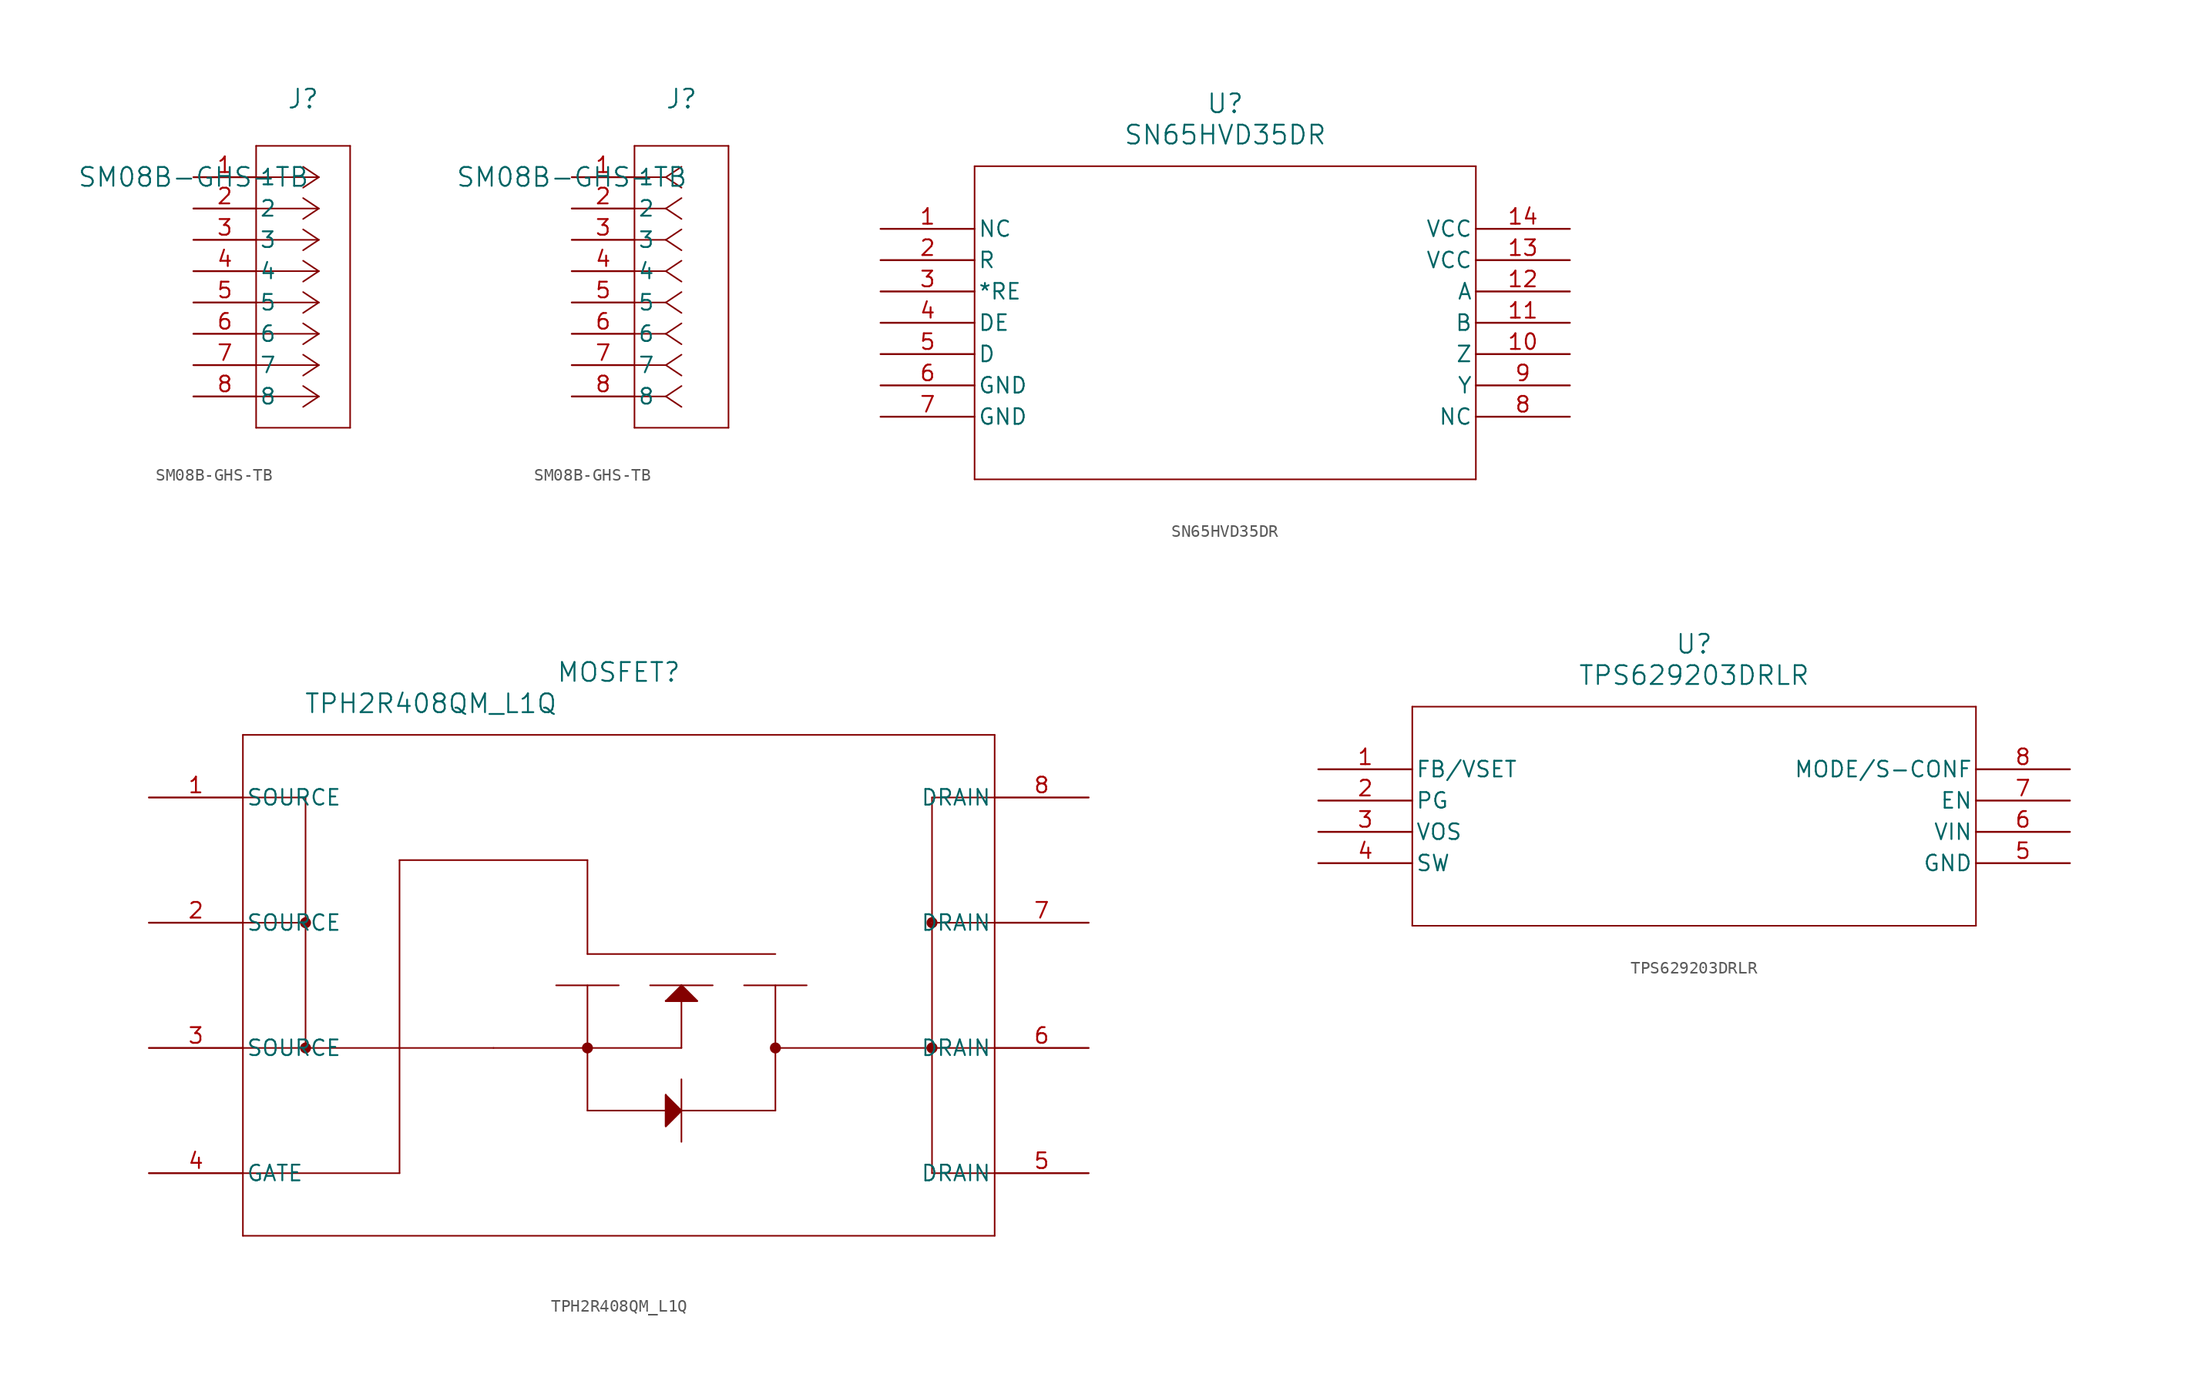
<source format=kicad_sym>
(kicad_symbol_lib
  (version 20220914)
  (generator kicad_symbol_editor)
  (symbol "SM08B-GHS-TB"
    (pin_names
      (offset 0.254))
    (property "Reference" "J"
      (at 8.89 6.35 0)
      (effects (font (size 1.524 1.524))))
    (property "Value" "SM08B-GHS-TB"
      (at 0 0 0)
      (effects (font (size 1.524 1.524))))
    (property "ki_locked" ""
      (at 0 0 0)
      (effects (font (size 1.27 1.27))))
    (symbol "SM08B-GHS-TB_1_1"
      (polyline (pts (xy 5.08 -20.32) (xy 12.7 -20.32)) (stroke (width 0.127) (type default)) (fill (type none)))
      (polyline (pts (xy 5.08 2.54) (xy 5.08 -20.32)) (stroke (width 0.127) (type default)) (fill (type none)))
      (polyline (pts (xy 10.16 -17.78) (xy 5.08 -17.78)) (stroke (width 0.127) (type default)) (fill (type none)))
      (polyline (pts (xy 10.16 -17.78) (xy 8.89 -18.627)) (stroke (width 0.127) (type default)) (fill (type none)))
      (polyline (pts (xy 10.16 -17.78) (xy 8.89 -16.933)) (stroke (width 0.127) (type default)) (fill (type none)))
      (polyline (pts (xy 10.16 -15.24) (xy 5.08 -15.24)) (stroke (width 0.127) (type default)) (fill (type none)))
      (polyline (pts (xy 10.16 -15.24) (xy 8.89 -16.087)) (stroke (width 0.127) (type default)) (fill (type none)))
      (polyline (pts (xy 10.16 -15.24) (xy 8.89 -14.393)) (stroke (width 0.127) (type default)) (fill (type none)))
      (polyline (pts (xy 10.16 -12.7) (xy 5.08 -12.7)) (stroke (width 0.127) (type default)) (fill (type none)))
      (polyline (pts (xy 10.16 -12.7) (xy 8.89 -13.547)) (stroke (width 0.127) (type default)) (fill (type none)))
      (polyline (pts (xy 10.16 -12.7) (xy 8.89 -11.853)) (stroke (width 0.127) (type default)) (fill (type none)))
      (polyline (pts (xy 10.16 -10.16) (xy 5.08 -10.16)) (stroke (width 0.127) (type default)) (fill (type none)))
      (polyline (pts (xy 10.16 -10.16) (xy 8.89 -11.007)) (stroke (width 0.127) (type default)) (fill (type none)))
      (polyline (pts (xy 10.16 -10.16) (xy 8.89 -9.313)) (stroke (width 0.127) (type default)) (fill (type none)))
      (polyline (pts (xy 10.16 -7.62) (xy 5.08 -7.62)) (stroke (width 0.127) (type default)) (fill (type none)))
      (polyline (pts (xy 10.16 -7.62) (xy 8.89 -8.467)) (stroke (width 0.127) (type default)) (fill (type none)))
      (polyline (pts (xy 10.16 -7.62) (xy 8.89 -6.773)) (stroke (width 0.127) (type default)) (fill (type none)))
      (polyline (pts (xy 10.16 -5.08) (xy 5.08 -5.08)) (stroke (width 0.127) (type default)) (fill (type none)))
      (polyline (pts (xy 10.16 -5.08) (xy 8.89 -5.927)) (stroke (width 0.127) (type default)) (fill (type none)))
      (polyline (pts (xy 10.16 -5.08) (xy 8.89 -4.233)) (stroke (width 0.127) (type default)) (fill (type none)))
      (polyline (pts (xy 10.16 -2.54) (xy 5.08 -2.54)) (stroke (width 0.127) (type default)) (fill (type none)))
      (polyline (pts (xy 10.16 -2.54) (xy 8.89 -3.387)) (stroke (width 0.127) (type default)) (fill (type none)))
      (polyline (pts (xy 10.16 -2.54) (xy 8.89 -1.693)) (stroke (width 0.127) (type default)) (fill (type none)))
      (polyline (pts (xy 10.16 0) (xy 5.08 0)) (stroke (width 0.127) (type default)) (fill (type none)))
      (polyline (pts (xy 10.16 0) (xy 8.89 -0.847)) (stroke (width 0.127) (type default)) (fill (type none)))
      (polyline (pts (xy 10.16 0) (xy 8.89 0.847)) (stroke (width 0.127) (type default)) (fill (type none)))
      (polyline (pts (xy 12.7 -20.32) (xy 12.7 2.54)) (stroke (width 0.127) (type default)) (fill (type none)))
      (polyline (pts (xy 12.7 2.54) (xy 5.08 2.54)) (stroke (width 0.127) (type default)) (fill (type none)))
      (pin unspecified line (at 0 0 0) (length 5.08) (name "1" (effects (font (size 1.27 1.27)))) (number "1" (effects (font (size 1.27 1.27)))))
      (pin unspecified line (at 0 -2.54 0) (length 5.08) (name "2" (effects (font (size 1.27 1.27)))) (number "2" (effects (font (size 1.27 1.27)))))
      (pin unspecified line (at 0 -5.08 0) (length 5.08) (name "3" (effects (font (size 1.27 1.27)))) (number "3" (effects (font (size 1.27 1.27)))))
      (pin unspecified line (at 0 -7.62 0) (length 5.08) (name "4" (effects (font (size 1.27 1.27)))) (number "4" (effects (font (size 1.27 1.27)))))
      (pin unspecified line (at 0 -10.16 0) (length 5.08) (name "5" (effects (font (size 1.27 1.27)))) (number "5" (effects (font (size 1.27 1.27)))))
      (pin unspecified line (at 0 -12.7 0) (length 5.08) (name "6" (effects (font (size 1.27 1.27)))) (number "6" (effects (font (size 1.27 1.27)))))
      (pin unspecified line (at 0 -15.24 0) (length 5.08) (name "7" (effects (font (size 1.27 1.27)))) (number "7" (effects (font (size 1.27 1.27)))))
      (pin unspecified line (at 0 -17.78 0) (length 5.08) (name "8" (effects (font (size 1.27 1.27)))) (number "8" (effects (font (size 1.27 1.27))))))
    (symbol "SM08B-GHS-TB_1_2"
      (polyline (pts (xy 5.08 -20.32) (xy 12.7 -20.32)) (stroke (width 0.127) (type default)) (fill (type none)))
      (polyline (pts (xy 5.08 2.54) (xy 5.08 -20.32)) (stroke (width 0.127) (type default)) (fill (type none)))
      (polyline (pts (xy 7.62 -17.78) (xy 5.08 -17.78)) (stroke (width 0.127) (type default)) (fill (type none)))
      (polyline (pts (xy 7.62 -17.78) (xy 8.89 -18.627)) (stroke (width 0.127) (type default)) (fill (type none)))
      (polyline (pts (xy 7.62 -17.78) (xy 8.89 -16.933)) (stroke (width 0.127) (type default)) (fill (type none)))
      (polyline (pts (xy 7.62 -15.24) (xy 5.08 -15.24)) (stroke (width 0.127) (type default)) (fill (type none)))
      (polyline (pts (xy 7.62 -15.24) (xy 8.89 -16.087)) (stroke (width 0.127) (type default)) (fill (type none)))
      (polyline (pts (xy 7.62 -15.24) (xy 8.89 -14.393)) (stroke (width 0.127) (type default)) (fill (type none)))
      (polyline (pts (xy 7.62 -12.7) (xy 5.08 -12.7)) (stroke (width 0.127) (type default)) (fill (type none)))
      (polyline (pts (xy 7.62 -12.7) (xy 8.89 -13.547)) (stroke (width 0.127) (type default)) (fill (type none)))
      (polyline (pts (xy 7.62 -12.7) (xy 8.89 -11.853)) (stroke (width 0.127) (type default)) (fill (type none)))
      (polyline (pts (xy 7.62 -10.16) (xy 5.08 -10.16)) (stroke (width 0.127) (type default)) (fill (type none)))
      (polyline (pts (xy 7.62 -10.16) (xy 8.89 -11.007)) (stroke (width 0.127) (type default)) (fill (type none)))
      (polyline (pts (xy 7.62 -10.16) (xy 8.89 -9.313)) (stroke (width 0.127) (type default)) (fill (type none)))
      (polyline (pts (xy 7.62 -7.62) (xy 5.08 -7.62)) (stroke (width 0.127) (type default)) (fill (type none)))
      (polyline (pts (xy 7.62 -7.62) (xy 8.89 -8.467)) (stroke (width 0.127) (type default)) (fill (type none)))
      (polyline (pts (xy 7.62 -7.62) (xy 8.89 -6.773)) (stroke (width 0.127) (type default)) (fill (type none)))
      (polyline (pts (xy 7.62 -5.08) (xy 5.08 -5.08)) (stroke (width 0.127) (type default)) (fill (type none)))
      (polyline (pts (xy 7.62 -5.08) (xy 8.89 -5.927)) (stroke (width 0.127) (type default)) (fill (type none)))
      (polyline (pts (xy 7.62 -5.08) (xy 8.89 -4.233)) (stroke (width 0.127) (type default)) (fill (type none)))
      (polyline (pts (xy 7.62 -2.54) (xy 5.08 -2.54)) (stroke (width 0.127) (type default)) (fill (type none)))
      (polyline (pts (xy 7.62 -2.54) (xy 8.89 -3.387)) (stroke (width 0.127) (type default)) (fill (type none)))
      (polyline (pts (xy 7.62 -2.54) (xy 8.89 -1.693)) (stroke (width 0.127) (type default)) (fill (type none)))
      (polyline (pts (xy 7.62 0) (xy 5.08 0)) (stroke (width 0.127) (type default)) (fill (type none)))
      (polyline (pts (xy 7.62 0) (xy 8.89 -0.847)) (stroke (width 0.127) (type default)) (fill (type none)))
      (polyline (pts (xy 7.62 0) (xy 8.89 0.847)) (stroke (width 0.127) (type default)) (fill (type none)))
      (polyline (pts (xy 12.7 -20.32) (xy 12.7 2.54)) (stroke (width 0.127) (type default)) (fill (type none)))
      (polyline (pts (xy 12.7 2.54) (xy 5.08 2.54)) (stroke (width 0.127) (type default)) (fill (type none)))
      (pin unspecified line (at 0 0 0) (length 5.08) (name "1" (effects (font (size 1.27 1.27)))) (number "1" (effects (font (size 1.27 1.27)))))
      (pin unspecified line (at 0 -2.54 0) (length 5.08) (name "2" (effects (font (size 1.27 1.27)))) (number "2" (effects (font (size 1.27 1.27)))))
      (pin unspecified line (at 0 -5.08 0) (length 5.08) (name "3" (effects (font (size 1.27 1.27)))) (number "3" (effects (font (size 1.27 1.27)))))
      (pin unspecified line (at 0 -7.62 0) (length 5.08) (name "4" (effects (font (size 1.27 1.27)))) (number "4" (effects (font (size 1.27 1.27)))))
      (pin unspecified line (at 0 -10.16 0) (length 5.08) (name "5" (effects (font (size 1.27 1.27)))) (number "5" (effects (font (size 1.27 1.27)))))
      (pin unspecified line (at 0 -12.7 0) (length 5.08) (name "6" (effects (font (size 1.27 1.27)))) (number "6" (effects (font (size 1.27 1.27)))))
      (pin unspecified line (at 0 -15.24 0) (length 5.08) (name "7" (effects (font (size 1.27 1.27)))) (number "7" (effects (font (size 1.27 1.27)))))
      (pin unspecified line (at 0 -17.78 0) (length 5.08) (name "8" (effects (font (size 1.27 1.27)))) (number "8" (effects (font (size 1.27 1.27)))))))
  (symbol "SN65HVD35DR"
    (pin_names
      (offset 0.254))
    (property "Reference" "U"
      (at 27.94 10.16 0)
      (effects (font (size 1.524 1.524))))
    (property "Value" "SN65HVD35DR"
      (at 27.94 7.62 0)
      (effects (font (size 1.524 1.524))))
    (property "ki_locked" ""
      (at 0 0 0)
      (effects (font (size 1.27 1.27))))
    (symbol "SN65HVD35DR_0_1"
      (polyline (pts (xy 7.62 -20.32) (xy 48.26 -20.32)) (stroke (width 0.127) (type default)) (fill (type none)))
      (polyline (pts (xy 7.62 5.08) (xy 7.62 -20.32)) (stroke (width 0.127) (type default)) (fill (type none)))
      (polyline (pts (xy 48.26 -20.32) (xy 48.26 5.08)) (stroke (width 0.127) (type default)) (fill (type none)))
      (polyline (pts (xy 48.26 5.08) (xy 7.62 5.08)) (stroke (width 0.127) (type default)) (fill (type none)))
      (pin unspecified line (at 0 0 0) (length 7.62) (name "NC" (effects (font (size 1.27 1.27)))) (number "1" (effects (font (size 1.27 1.27)))))
      (pin output line (at 55.88 -10.16 180) (length 7.62) (name "Z" (effects (font (size 1.27 1.27)))) (number "10" (effects (font (size 1.27 1.27)))))
      (pin output line (at 55.88 -7.62 180) (length 7.62) (name "B" (effects (font (size 1.27 1.27)))) (number "11" (effects (font (size 1.27 1.27)))))
      (pin output line (at 55.88 -5.08 180) (length 7.62) (name "A" (effects (font (size 1.27 1.27)))) (number "12" (effects (font (size 1.27 1.27)))))
      (pin power_in line (at 55.88 -2.54 180) (length 7.62) (name "VCC" (effects (font (size 1.27 1.27)))) (number "13" (effects (font (size 1.27 1.27)))))
      (pin power_in line (at 55.88 0 180) (length 7.62) (name "VCC" (effects (font (size 1.27 1.27)))) (number "14" (effects (font (size 1.27 1.27)))))
      (pin input line (at 0 -2.54 0) (length 7.62) (name "R" (effects (font (size 1.27 1.27)))) (number "2" (effects (font (size 1.27 1.27)))))
      (pin input line (at 0 -5.08 0) (length 7.62) (name "*RE" (effects (font (size 1.27 1.27)))) (number "3" (effects (font (size 1.27 1.27)))))
      (pin input line (at 0 -7.62 0) (length 7.62) (name "DE" (effects (font (size 1.27 1.27)))) (number "4" (effects (font (size 1.27 1.27)))))
      (pin input line (at 0 -10.16 0) (length 7.62) (name "D" (effects (font (size 1.27 1.27)))) (number "5" (effects (font (size 1.27 1.27)))))
      (pin power_in line (at 0 -12.7 0) (length 7.62) (name "GND" (effects (font (size 1.27 1.27)))) (number "6" (effects (font (size 1.27 1.27)))))
      (pin power_in line (at 0 -15.24 0) (length 7.62) (name "GND" (effects (font (size 1.27 1.27)))) (number "7" (effects (font (size 1.27 1.27)))))
      (pin unspecified line (at 55.88 -15.24 180) (length 7.62) (name "NC" (effects (font (size 1.27 1.27)))) (number "8" (effects (font (size 1.27 1.27)))))
      (pin output line (at 55.88 -12.7 180) (length 7.62) (name "Y" (effects (font (size 1.27 1.27)))) (number "9" (effects (font (size 1.27 1.27)))))))
  (symbol "TPH2R408QM_L1Q"
    (pin_names
      (offset 0.254))
    (property "Reference" "MOSFET"
      (at 38.1 10.16 0)
      (effects (font (size 1.524 1.524))))
    (property "Value" "TPH2R408QM_L1Q"
      (at 22.86 7.62 0)
      (effects (font (size 1.524 1.524))))
    (property "ki_locked" ""
      (at 0 0 0)
      (effects (font (size 1.27 1.27))))
    (symbol "TPH2R408QM_L1Q_0_1"
      (polyline (pts (xy 7.62 -35.56) (xy 68.58 -35.56)) (stroke (width 0.127) (type default)) (fill (type none)))
      (polyline (pts (xy 7.62 -10.16) (xy 12.7 -10.16)) (stroke (width 0.127) (type default)) (fill (type none)))
      (polyline (pts (xy 7.62 0) (xy 12.7 0)) (stroke (width 0.127) (type default)) (fill (type none)))
      (polyline (pts (xy 7.62 5.08) (xy 7.62 -35.56)) (stroke (width 0.127) (type default)) (fill (type none)))
      (polyline (pts (xy 12.7 -20.32) (xy 7.62 -20.32)) (stroke (width 0.127) (type default)) (fill (type none)))
      (polyline (pts (xy 12.7 -20.32) (xy 20.32 -20.32)) (stroke (width 0.127) (type default)) (fill (type none)))
      (polyline (pts (xy 12.7 0) (xy 12.7 -20.32)) (stroke (width 0.127) (type default)) (fill (type none)))
      (polyline (pts (xy 20.32 -30.48) (xy 7.62 -30.48)) (stroke (width 0.127) (type default)) (fill (type none)))
      (polyline (pts (xy 20.32 -20.32) (xy 20.32 -30.48)) (stroke (width 0.127) (type default)) (fill (type none)))
      (polyline (pts (xy 20.32 -20.32) (xy 20.32 -5.08)) (stroke (width 0.127) (type default)) (fill (type none)))
      (polyline (pts (xy 20.32 -20.32) (xy 27.94 -20.32)) (stroke (width 0.127) (type default)) (fill (type none)))
      (polyline (pts (xy 20.32 -5.08) (xy 35.56 -5.08)) (stroke (width 0.127) (type default)) (fill (type none)))
      (polyline (pts (xy 27.94 -20.32) (xy 35.56 -20.32)) (stroke (width 0.127) (type default)) (fill (type none)))
      (polyline (pts (xy 33.02 -15.24) (xy 38.1 -15.24)) (stroke (width 0.127) (type default)) (fill (type none)))
      (polyline (pts (xy 35.56 -25.4) (xy 43.18 -25.4)) (stroke (width 0.127) (type default)) (fill (type none)))
      (polyline (pts (xy 35.56 -20.32) (xy 35.56 -25.4)) (stroke (width 0.127) (type default)) (fill (type none)))
      (polyline (pts (xy 35.56 -20.32) (xy 35.56 -15.24)) (stroke (width 0.127) (type default)) (fill (type none)))
      (polyline (pts (xy 35.56 -20.32) (xy 43.18 -20.32)) (stroke (width 0.127) (type default)) (fill (type none)))
      (polyline (pts (xy 35.56 -12.7) (xy 50.8 -12.7)) (stroke (width 0.127) (type default)) (fill (type none)))
      (polyline (pts (xy 35.56 -5.08) (xy 35.56 -12.7)) (stroke (width 0.127) (type default)) (fill (type none)))
      (polyline (pts (xy 40.64 -15.24) (xy 45.72 -15.24)) (stroke (width 0.127) (type default)) (fill (type none)))
      (polyline (pts (xy 41.91 -24.13) (xy 41.91 -26.67)) (stroke (width 0.127) (type default)) (fill (type none)))
      (polyline (pts (xy 41.91 -16.51) (xy 44.45 -16.51)) (stroke (width 0.127) (type default)) (fill (type none)))
      (polyline (pts (xy 43.18 -25.4) (xy 41.91 -26.67)) (stroke (width 0.127) (type default)) (fill (type none)))
      (polyline (pts (xy 43.18 -25.4) (xy 41.91 -24.13)) (stroke (width 0.127) (type default)) (fill (type none)))
      (polyline (pts (xy 43.18 -25.4) (xy 50.8 -25.4)) (stroke (width 0.127) (type default)) (fill (type none)))
      (polyline (pts (xy 43.18 -22.86) (xy 43.18 -27.94)) (stroke (width 0.127) (type default)) (fill (type none)))
      (polyline (pts (xy 43.18 -15.24) (xy 41.91 -16.51)) (stroke (width 0.127) (type default)) (fill (type none)))
      (polyline (pts (xy 43.18 -15.24) (xy 43.18 -20.32)) (stroke (width 0.127) (type default)) (fill (type none)))
      (polyline (pts (xy 43.18 -15.24) (xy 44.45 -16.51)) (stroke (width 0.127) (type default)) (fill (type none)))
      (polyline (pts (xy 48.26 -15.24) (xy 53.34 -15.24)) (stroke (width 0.127) (type default)) (fill (type none)))
      (polyline (pts (xy 50.8 -25.4) (xy 50.8 -20.32)) (stroke (width 0.127) (type default)) (fill (type none)))
      (polyline (pts (xy 50.8 -20.32) (xy 68.58 -20.32)) (stroke (width 0.127) (type default)) (fill (type none)))
      (polyline (pts (xy 50.8 -15.24) (xy 50.8 -20.32)) (stroke (width 0.127) (type default)) (fill (type none)))
      (polyline (pts (xy 63.5 -30.48) (xy 68.58 -30.48)) (stroke (width 0.127) (type default)) (fill (type none)))
      (polyline (pts (xy 63.5 -10.16) (xy 68.58 -10.16)) (stroke (width 0.127) (type default)) (fill (type none)))
      (polyline (pts (xy 63.5 0) (xy 63.5 -30.48)) (stroke (width 0.127) (type default)) (fill (type none)))
      (polyline (pts (xy 68.58 -35.56) (xy 68.58 5.08)) (stroke (width 0.127) (type default)) (fill (type none)))
      (polyline (pts (xy 68.58 0) (xy 63.5 0)) (stroke (width 0.127) (type default)) (fill (type none)))
      (polyline (pts (xy 68.58 5.08) (xy 7.62 5.08)) (stroke (width 0.127) (type default)) (fill (type none)))
      (polyline (pts (xy 43.18 -25.4) (xy 41.91 -26.67) (xy 41.91 -24.13)) (stroke (width 0) (type default)) (fill (type outline)))
      (polyline (pts (xy 43.18 -15.24) (xy 44.45 -16.51) (xy 41.91 -16.51)) (stroke (width 0) (type default)) (fill (type outline)))
      (circle (center 12.7 -20.32) (radius 0.254) (stroke (width 0.381) (type default)) (fill (type none)))
      (circle (center 12.7 -10.16) (radius 0.254) (stroke (width 0.381) (type default)) (fill (type none)))
      (circle (center 35.56 -20.32) (radius 0.254) (stroke (width 0.381) (type default)) (fill (type none)))
      (circle (center 50.8 -20.32) (radius 0.254) (stroke (width 0.381) (type default)) (fill (type none)))
      (circle (center 63.5 -20.32) (radius 0.254) (stroke (width 0.381) (type default)) (fill (type none)))
      (circle (center 63.5 -10.16) (radius 0.254) (stroke (width 0.381) (type default)) (fill (type none)))
      (pin unspecified line (at 0 0 0) (length 7.62) (name "SOURCE" (effects (font (size 1.27 1.27)))) (number "1" (effects (font (size 1.27 1.27)))))
      (pin unspecified line (at 0 -10.16 0) (length 7.62) (name "SOURCE" (effects (font (size 1.27 1.27)))) (number "2" (effects (font (size 1.27 1.27)))))
      (pin unspecified line (at 0 -20.32 0) (length 7.62) (name "SOURCE" (effects (font (size 1.27 1.27)))) (number "3" (effects (font (size 1.27 1.27)))))
      (pin unspecified line (at 0 -30.48 0) (length 7.62) (name "GATE" (effects (font (size 1.27 1.27)))) (number "4" (effects (font (size 1.27 1.27)))))
      (pin unspecified line (at 76.2 -30.48 180) (length 7.62) (name "DRAIN" (effects (font (size 1.27 1.27)))) (number "5" (effects (font (size 1.27 1.27)))))
      (pin unspecified line (at 76.2 -20.32 180) (length 7.62) (name "DRAIN" (effects (font (size 1.27 1.27)))) (number "6" (effects (font (size 1.27 1.27)))))
      (pin unspecified line (at 76.2 -10.16 180) (length 7.62) (name "DRAIN" (effects (font (size 1.27 1.27)))) (number "7" (effects (font (size 1.27 1.27)))))
      (pin unspecified line (at 76.2 0 180) (length 7.62) (name "DRAIN" (effects (font (size 1.27 1.27)))) (number "8" (effects (font (size 1.27 1.27)))))))
  (symbol "TPS629203DRLR"
    (pin_names
      (offset 0.254))
    (property "Reference" "U"
      (at 30.48 10.16 0)
      (effects (font (size 1.524 1.524))))
    (property "Value" "TPS629203DRLR"
      (at 30.48 7.62 0)
      (effects (font (size 1.524 1.524))))
    (property "ki_locked" ""
      (at 0 0 0)
      (effects (font (size 1.27 1.27))))
    (symbol "TPS629203DRLR_0_1"
      (polyline (pts (xy 7.62 -12.7) (xy 53.34 -12.7)) (stroke (width 0.127) (type default)) (fill (type none)))
      (polyline (pts (xy 7.62 5.08) (xy 7.62 -12.7)) (stroke (width 0.127) (type default)) (fill (type none)))
      (polyline (pts (xy 53.34 -12.7) (xy 53.34 5.08)) (stroke (width 0.127) (type default)) (fill (type none)))
      (polyline (pts (xy 53.34 5.08) (xy 7.62 5.08)) (stroke (width 0.127) (type default)) (fill (type none)))
      (pin input line (at 0 0 0) (length 7.62) (name "FB/VSET" (effects (font (size 1.27 1.27)))) (number "1" (effects (font (size 1.27 1.27)))))
      (pin output line (at 0 -2.54 0) (length 7.62) (name "PG" (effects (font (size 1.27 1.27)))) (number "2" (effects (font (size 1.27 1.27)))))
      (pin input line (at 0 -5.08 0) (length 7.62) (name "VOS" (effects (font (size 1.27 1.27)))) (number "3" (effects (font (size 1.27 1.27)))))
      (pin power_in line (at 0 -7.62 0) (length 7.62) (name "SW" (effects (font (size 1.27 1.27)))) (number "4" (effects (font (size 1.27 1.27)))))
      (pin power_out line (at 60.96 -7.62 180) (length 7.62) (name "GND" (effects (font (size 1.27 1.27)))) (number "5" (effects (font (size 1.27 1.27)))))
      (pin input line (at 60.96 -5.08 180) (length 7.62) (name "VIN" (effects (font (size 1.27 1.27)))) (number "6" (effects (font (size 1.27 1.27)))))
      (pin input line (at 60.96 -2.54 180) (length 7.62) (name "EN" (effects (font (size 1.27 1.27)))) (number "7" (effects (font (size 1.27 1.27)))))
      (pin input line (at 60.96 0 180) (length 7.62) (name "MODE/S-CONF" (effects (font (size 1.27 1.27)))) (number "8" (effects (font (size 1.27 1.27))))))))
</source>
